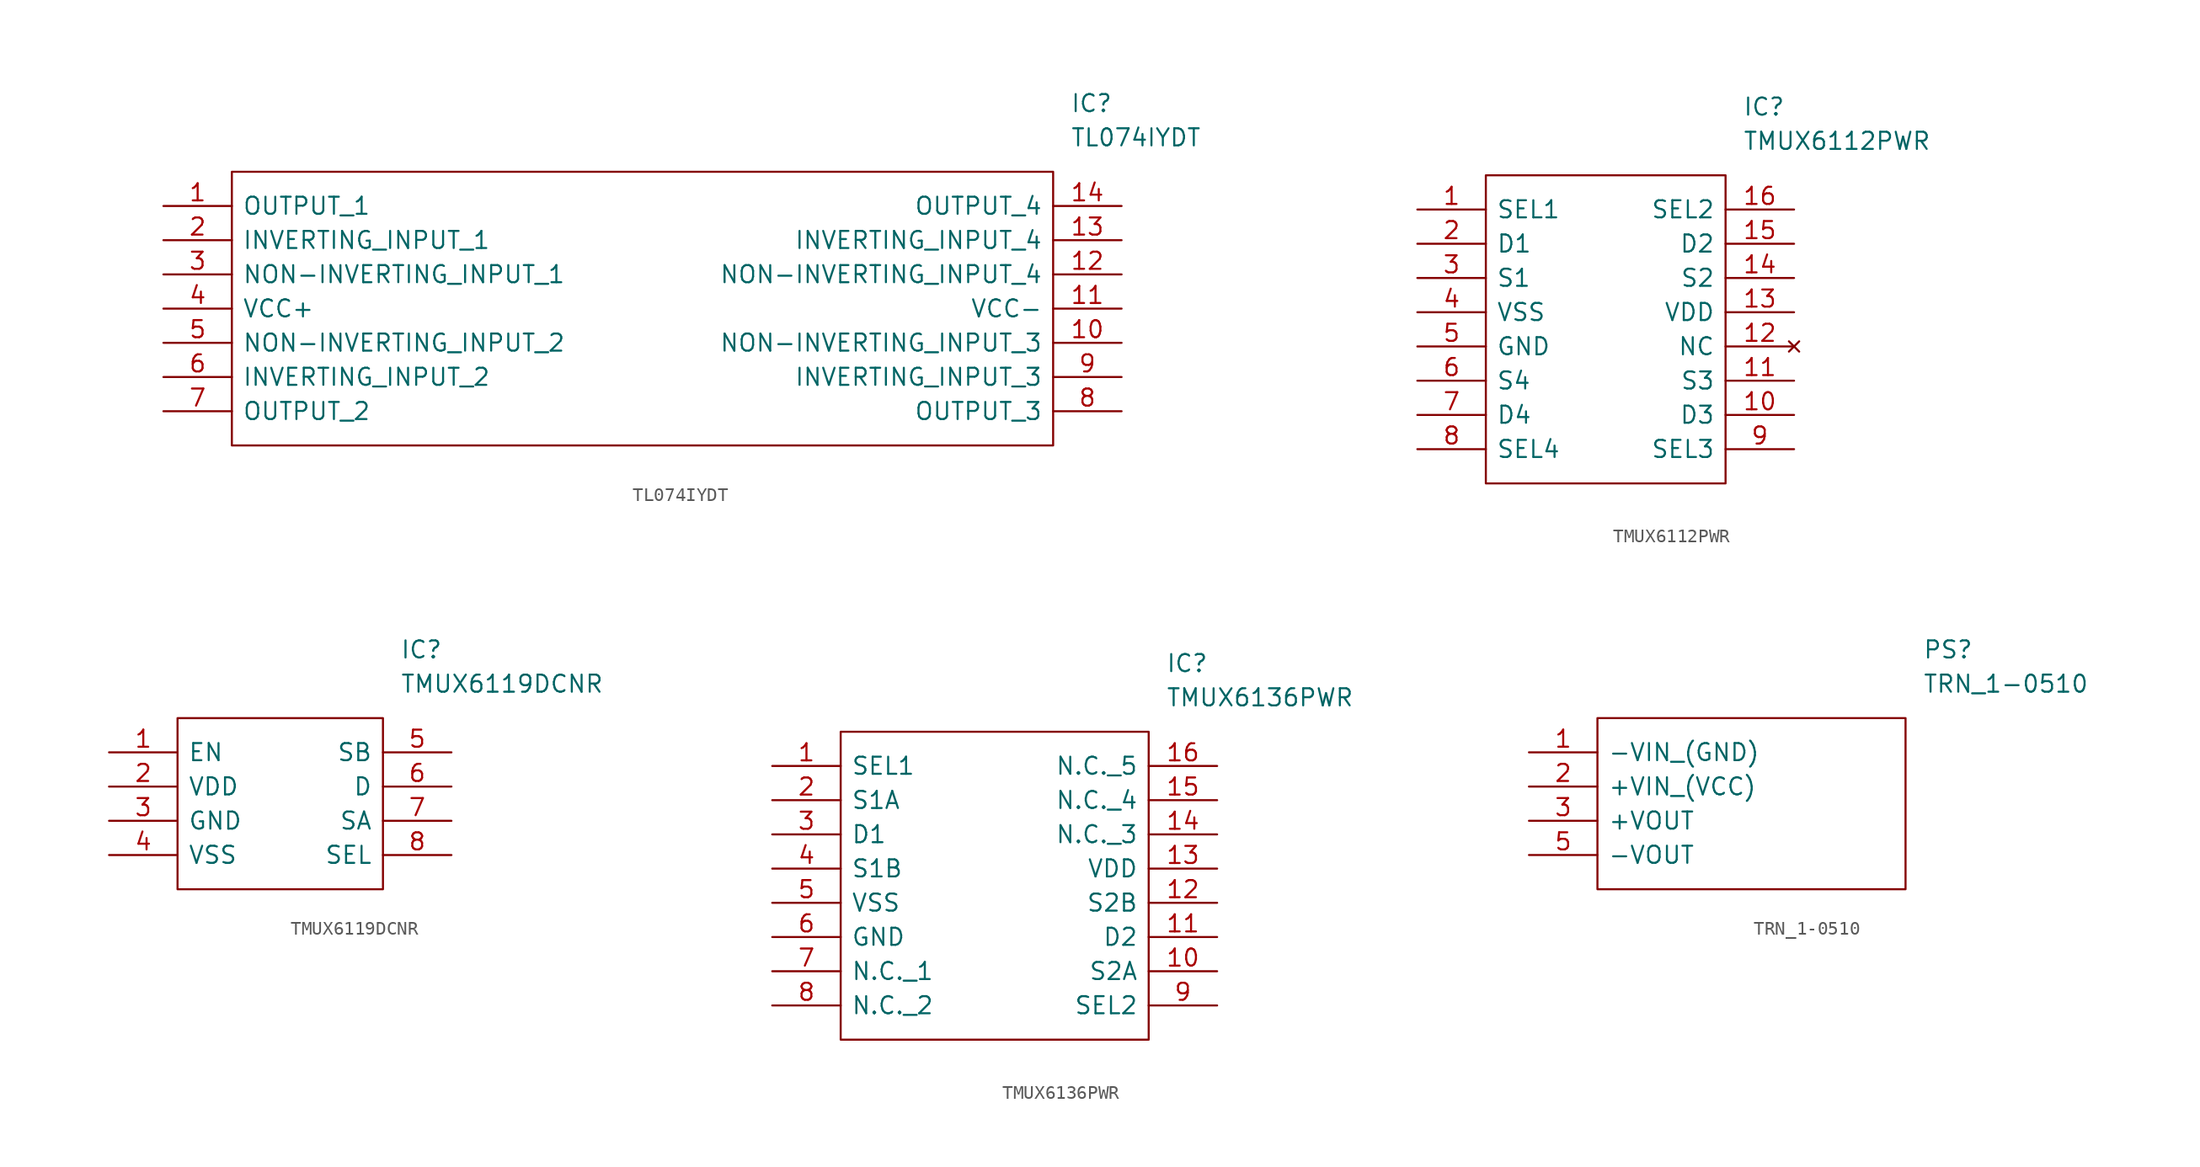
<source format=kicad_sym>
(kicad_symbol_lib
  (version 20211014)
  (generator kicad_symbol_editor)
  (symbol "TL074IYDT"
    (pin_names
      (offset 0.762))
    (property "Reference" "IC"
      (at 67.31 7.62 0)
      (effects (font (size 1.27 1.27)) (justify left)))
    (property "Value" "TL074IYDT"
      (at 67.31 5.08 0)
      (effects (font (size 1.27 1.27)) (justify left)))
    (symbol "TL074IYDT_0_0"
      (pin passive line (at 0 0 0) (length 5.08) (name "OUTPUT_1" (effects (font (size 1.27 1.27)))) (number "1" (effects (font (size 1.27 1.27)))))
      (pin passive line (at 71.12 -10.16 180) (length 5.08) (name "NON-INVERTING_INPUT_3" (effects (font (size 1.27 1.27)))) (number "10" (effects (font (size 1.27 1.27)))))
      (pin passive line (at 71.12 -7.62 180) (length 5.08) (name "VCC-" (effects (font (size 1.27 1.27)))) (number "11" (effects (font (size 1.27 1.27)))))
      (pin passive line (at 71.12 -5.08 180) (length 5.08) (name "NON-INVERTING_INPUT_4" (effects (font (size 1.27 1.27)))) (number "12" (effects (font (size 1.27 1.27)))))
      (pin passive line (at 71.12 -2.54 180) (length 5.08) (name "INVERTING_INPUT_4" (effects (font (size 1.27 1.27)))) (number "13" (effects (font (size 1.27 1.27)))))
      (pin passive line (at 71.12 0 180) (length 5.08) (name "OUTPUT_4" (effects (font (size 1.27 1.27)))) (number "14" (effects (font (size 1.27 1.27)))))
      (pin passive line (at 0 -2.54 0) (length 5.08) (name "INVERTING_INPUT_1" (effects (font (size 1.27 1.27)))) (number "2" (effects (font (size 1.27 1.27)))))
      (pin passive line (at 0 -5.08 0) (length 5.08) (name "NON-INVERTING_INPUT_1" (effects (font (size 1.27 1.27)))) (number "3" (effects (font (size 1.27 1.27)))))
      (pin passive line (at 0 -7.62 0) (length 5.08) (name "VCC+" (effects (font (size 1.27 1.27)))) (number "4" (effects (font (size 1.27 1.27)))))
      (pin passive line (at 0 -10.16 0) (length 5.08) (name "NON-INVERTING_INPUT_2" (effects (font (size 1.27 1.27)))) (number "5" (effects (font (size 1.27 1.27)))))
      (pin passive line (at 0 -12.7 0) (length 5.08) (name "INVERTING_INPUT_2" (effects (font (size 1.27 1.27)))) (number "6" (effects (font (size 1.27 1.27)))))
      (pin passive line (at 0 -15.24 0) (length 5.08) (name "OUTPUT_2" (effects (font (size 1.27 1.27)))) (number "7" (effects (font (size 1.27 1.27)))))
      (pin passive line (at 71.12 -15.24 180) (length 5.08) (name "OUTPUT_3" (effects (font (size 1.27 1.27)))) (number "8" (effects (font (size 1.27 1.27)))))
      (pin passive line (at 71.12 -12.7 180) (length 5.08) (name "INVERTING_INPUT_3" (effects (font (size 1.27 1.27)))) (number "9" (effects (font (size 1.27 1.27))))))
    (symbol "TL074IYDT_0_1"
      (polyline (pts (xy 5.08 2.54) (xy 66.04 2.54) (xy 66.04 -17.78) (xy 5.08 -17.78) (xy 5.08 2.54)) (stroke (width 0.152) (type default) (color 0 0 0 0)) (fill (type none)))))
  (symbol "TMUX6112PWR"
    (pin_names
      (offset 0.762))
    (property "Reference" "IC"
      (at 24.13 7.62 0)
      (effects (font (size 1.27 1.27)) (justify left)))
    (property "Value" "TMUX6112PWR"
      (at 24.13 5.08 0)
      (effects (font (size 1.27 1.27)) (justify left)))
    (symbol "TMUX6112PWR_0_0"
      (pin input line (at 0 0 0) (length 5.08) (name "SEL1" (effects (font (size 1.27 1.27)))) (number "1" (effects (font (size 1.27 1.27)))))
      (pin bidirectional line (at 27.94 -15.24 180) (length 5.08) (name "D3" (effects (font (size 1.27 1.27)))) (number "10" (effects (font (size 1.27 1.27)))))
      (pin bidirectional line (at 27.94 -12.7 180) (length 5.08) (name "S3" (effects (font (size 1.27 1.27)))) (number "11" (effects (font (size 1.27 1.27)))))
      (pin no_connect line (at 27.94 -10.16 180) (length 5.08) (name "NC" (effects (font (size 1.27 1.27)))) (number "12" (effects (font (size 1.27 1.27)))))
      (pin power_in line (at 27.94 -7.62 180) (length 5.08) (name "VDD" (effects (font (size 1.27 1.27)))) (number "13" (effects (font (size 1.27 1.27)))))
      (pin bidirectional line (at 27.94 -5.08 180) (length 5.08) (name "S2" (effects (font (size 1.27 1.27)))) (number "14" (effects (font (size 1.27 1.27)))))
      (pin bidirectional line (at 27.94 -2.54 180) (length 5.08) (name "D2" (effects (font (size 1.27 1.27)))) (number "15" (effects (font (size 1.27 1.27)))))
      (pin input line (at 27.94 0 180) (length 5.08) (name "SEL2" (effects (font (size 1.27 1.27)))) (number "16" (effects (font (size 1.27 1.27)))))
      (pin bidirectional line (at 0 -2.54 0) (length 5.08) (name "D1" (effects (font (size 1.27 1.27)))) (number "2" (effects (font (size 1.27 1.27)))))
      (pin bidirectional line (at 0 -5.08 0) (length 5.08) (name "S1" (effects (font (size 1.27 1.27)))) (number "3" (effects (font (size 1.27 1.27)))))
      (pin power_in line (at 0 -7.62 0) (length 5.08) (name "VSS" (effects (font (size 1.27 1.27)))) (number "4" (effects (font (size 1.27 1.27)))))
      (pin power_in line (at 0 -10.16 0) (length 5.08) (name "GND" (effects (font (size 1.27 1.27)))) (number "5" (effects (font (size 1.27 1.27)))))
      (pin bidirectional line (at 0 -12.7 0) (length 5.08) (name "S4" (effects (font (size 1.27 1.27)))) (number "6" (effects (font (size 1.27 1.27)))))
      (pin bidirectional line (at 0 -15.24 0) (length 5.08) (name "D4" (effects (font (size 1.27 1.27)))) (number "7" (effects (font (size 1.27 1.27)))))
      (pin input line (at 0 -17.78 0) (length 5.08) (name "SEL4" (effects (font (size 1.27 1.27)))) (number "8" (effects (font (size 1.27 1.27)))))
      (pin input line (at 27.94 -17.78 180) (length 5.08) (name "SEL3" (effects (font (size 1.27 1.27)))) (number "9" (effects (font (size 1.27 1.27))))))
    (symbol "TMUX6112PWR_0_1"
      (polyline (pts (xy 5.08 2.54) (xy 22.86 2.54) (xy 22.86 -20.32) (xy 5.08 -20.32) (xy 5.08 2.54)) (stroke (width 0.152) (type default) (color 0 0 0 0)) (fill (type none)))))
  (symbol "TMUX6119DCNR"
    (pin_names
      (offset 0.762))
    (property "Reference" "IC"
      (at 21.59 7.62 0)
      (effects (font (size 1.27 1.27)) (justify left)))
    (property "Value" "TMUX6119DCNR"
      (at 21.59 5.08 0)
      (effects (font (size 1.27 1.27)) (justify left)))
    (symbol "TMUX6119DCNR_0_0"
      (pin input line (at 0 0 0) (length 5.08) (name "EN" (effects (font (size 1.27 1.27)))) (number "1" (effects (font (size 1.27 1.27)))))
      (pin power_in line (at 0 -2.54 0) (length 5.08) (name "VDD" (effects (font (size 1.27 1.27)))) (number "2" (effects (font (size 1.27 1.27)))))
      (pin power_in line (at 0 -5.08 0) (length 5.08) (name "GND" (effects (font (size 1.27 1.27)))) (number "3" (effects (font (size 1.27 1.27)))))
      (pin power_in line (at 0 -7.62 0) (length 5.08) (name "VSS" (effects (font (size 1.27 1.27)))) (number "4" (effects (font (size 1.27 1.27)))))
      (pin bidirectional line (at 25.4 0 180) (length 5.08) (name "SB" (effects (font (size 1.27 1.27)))) (number "5" (effects (font (size 1.27 1.27)))))
      (pin bidirectional line (at 25.4 -2.54 180) (length 5.08) (name "D" (effects (font (size 1.27 1.27)))) (number "6" (effects (font (size 1.27 1.27)))))
      (pin bidirectional line (at 25.4 -5.08 180) (length 5.08) (name "SA" (effects (font (size 1.27 1.27)))) (number "7" (effects (font (size 1.27 1.27)))))
      (pin input line (at 25.4 -7.62 180) (length 5.08) (name "SEL" (effects (font (size 1.27 1.27)))) (number "8" (effects (font (size 1.27 1.27))))))
    (symbol "TMUX6119DCNR_0_1"
      (polyline (pts (xy 5.08 2.54) (xy 20.32 2.54) (xy 20.32 -10.16) (xy 5.08 -10.16) (xy 5.08 2.54)) (stroke (width 0.152) (type default) (color 0 0 0 0)) (fill (type none)))))
  (symbol "TMUX6136PWR"
    (pin_names
      (offset 0.762))
    (property "Reference" "IC"
      (at 29.21 7.62 0)
      (effects (font (size 1.27 1.27)) (justify left)))
    (property "Value" "TMUX6136PWR"
      (at 29.21 5.08 0)
      (effects (font (size 1.27 1.27)) (justify left)))
    (symbol "TMUX6136PWR_0_0"
      (pin passive line (at 0 0 0) (length 5.08) (name "SEL1" (effects (font (size 1.27 1.27)))) (number "1" (effects (font (size 1.27 1.27)))))
      (pin passive line (at 33.02 -15.24 180) (length 5.08) (name "S2A" (effects (font (size 1.27 1.27)))) (number "10" (effects (font (size 1.27 1.27)))))
      (pin passive line (at 33.02 -12.7 180) (length 5.08) (name "D2" (effects (font (size 1.27 1.27)))) (number "11" (effects (font (size 1.27 1.27)))))
      (pin passive line (at 33.02 -10.16 180) (length 5.08) (name "S2B" (effects (font (size 1.27 1.27)))) (number "12" (effects (font (size 1.27 1.27)))))
      (pin passive line (at 33.02 -7.62 180) (length 5.08) (name "VDD" (effects (font (size 1.27 1.27)))) (number "13" (effects (font (size 1.27 1.27)))))
      (pin passive line (at 33.02 -5.08 180) (length 5.08) (name "N.C._3" (effects (font (size 1.27 1.27)))) (number "14" (effects (font (size 1.27 1.27)))))
      (pin passive line (at 33.02 -2.54 180) (length 5.08) (name "N.C._4" (effects (font (size 1.27 1.27)))) (number "15" (effects (font (size 1.27 1.27)))))
      (pin passive line (at 33.02 0 180) (length 5.08) (name "N.C._5" (effects (font (size 1.27 1.27)))) (number "16" (effects (font (size 1.27 1.27)))))
      (pin passive line (at 0 -2.54 0) (length 5.08) (name "S1A" (effects (font (size 1.27 1.27)))) (number "2" (effects (font (size 1.27 1.27)))))
      (pin passive line (at 0 -5.08 0) (length 5.08) (name "D1" (effects (font (size 1.27 1.27)))) (number "3" (effects (font (size 1.27 1.27)))))
      (pin passive line (at 0 -7.62 0) (length 5.08) (name "S1B" (effects (font (size 1.27 1.27)))) (number "4" (effects (font (size 1.27 1.27)))))
      (pin passive line (at 0 -10.16 0) (length 5.08) (name "VSS" (effects (font (size 1.27 1.27)))) (number "5" (effects (font (size 1.27 1.27)))))
      (pin passive line (at 0 -12.7 0) (length 5.08) (name "GND" (effects (font (size 1.27 1.27)))) (number "6" (effects (font (size 1.27 1.27)))))
      (pin passive line (at 0 -15.24 0) (length 5.08) (name "N.C._1" (effects (font (size 1.27 1.27)))) (number "7" (effects (font (size 1.27 1.27)))))
      (pin passive line (at 0 -17.78 0) (length 5.08) (name "N.C._2" (effects (font (size 1.27 1.27)))) (number "8" (effects (font (size 1.27 1.27)))))
      (pin passive line (at 33.02 -17.78 180) (length 5.08) (name "SEL2" (effects (font (size 1.27 1.27)))) (number "9" (effects (font (size 1.27 1.27))))))
    (symbol "TMUX6136PWR_0_1"
      (polyline (pts (xy 5.08 2.54) (xy 27.94 2.54) (xy 27.94 -20.32) (xy 5.08 -20.32) (xy 5.08 2.54)) (stroke (width 0.152) (type default) (color 0 0 0 0)) (fill (type none)))))
  (symbol "TRN_1-0510"
    (pin_names
      (offset 0.762))
    (property "Reference" "PS"
      (at 29.21 7.62 0)
      (effects (font (size 1.27 1.27)) (justify left)))
    (property "Value" "TRN_1-0510"
      (at 29.21 5.08 0)
      (effects (font (size 1.27 1.27)) (justify left)))
    (symbol "TRN_1-0510_0_0"
      (pin passive line (at 0 0 0) (length 5.08) (name "-VIN_(GND)" (effects (font (size 1.27 1.27)))) (number "1" (effects (font (size 1.27 1.27)))))
      (pin passive line (at 0 -2.54 0) (length 5.08) (name "+VIN_(VCC)" (effects (font (size 1.27 1.27)))) (number "2" (effects (font (size 1.27 1.27)))))
      (pin passive line (at 0 -5.08 0) (length 5.08) (name "+VOUT" (effects (font (size 1.27 1.27)))) (number "3" (effects (font (size 1.27 1.27)))))
      (pin passive line (at 0 -7.62 0) (length 5.08) (name "-VOUT" (effects (font (size 1.27 1.27)))) (number "5" (effects (font (size 1.27 1.27))))))
    (symbol "TRN_1-0510_0_1"
      (polyline (pts (xy 5.08 2.54) (xy 27.94 2.54) (xy 27.94 -10.16) (xy 5.08 -10.16) (xy 5.08 2.54)) (stroke (width 0.152) (type default) (color 0 0 0 0)) (fill (type none))))))
</source>
